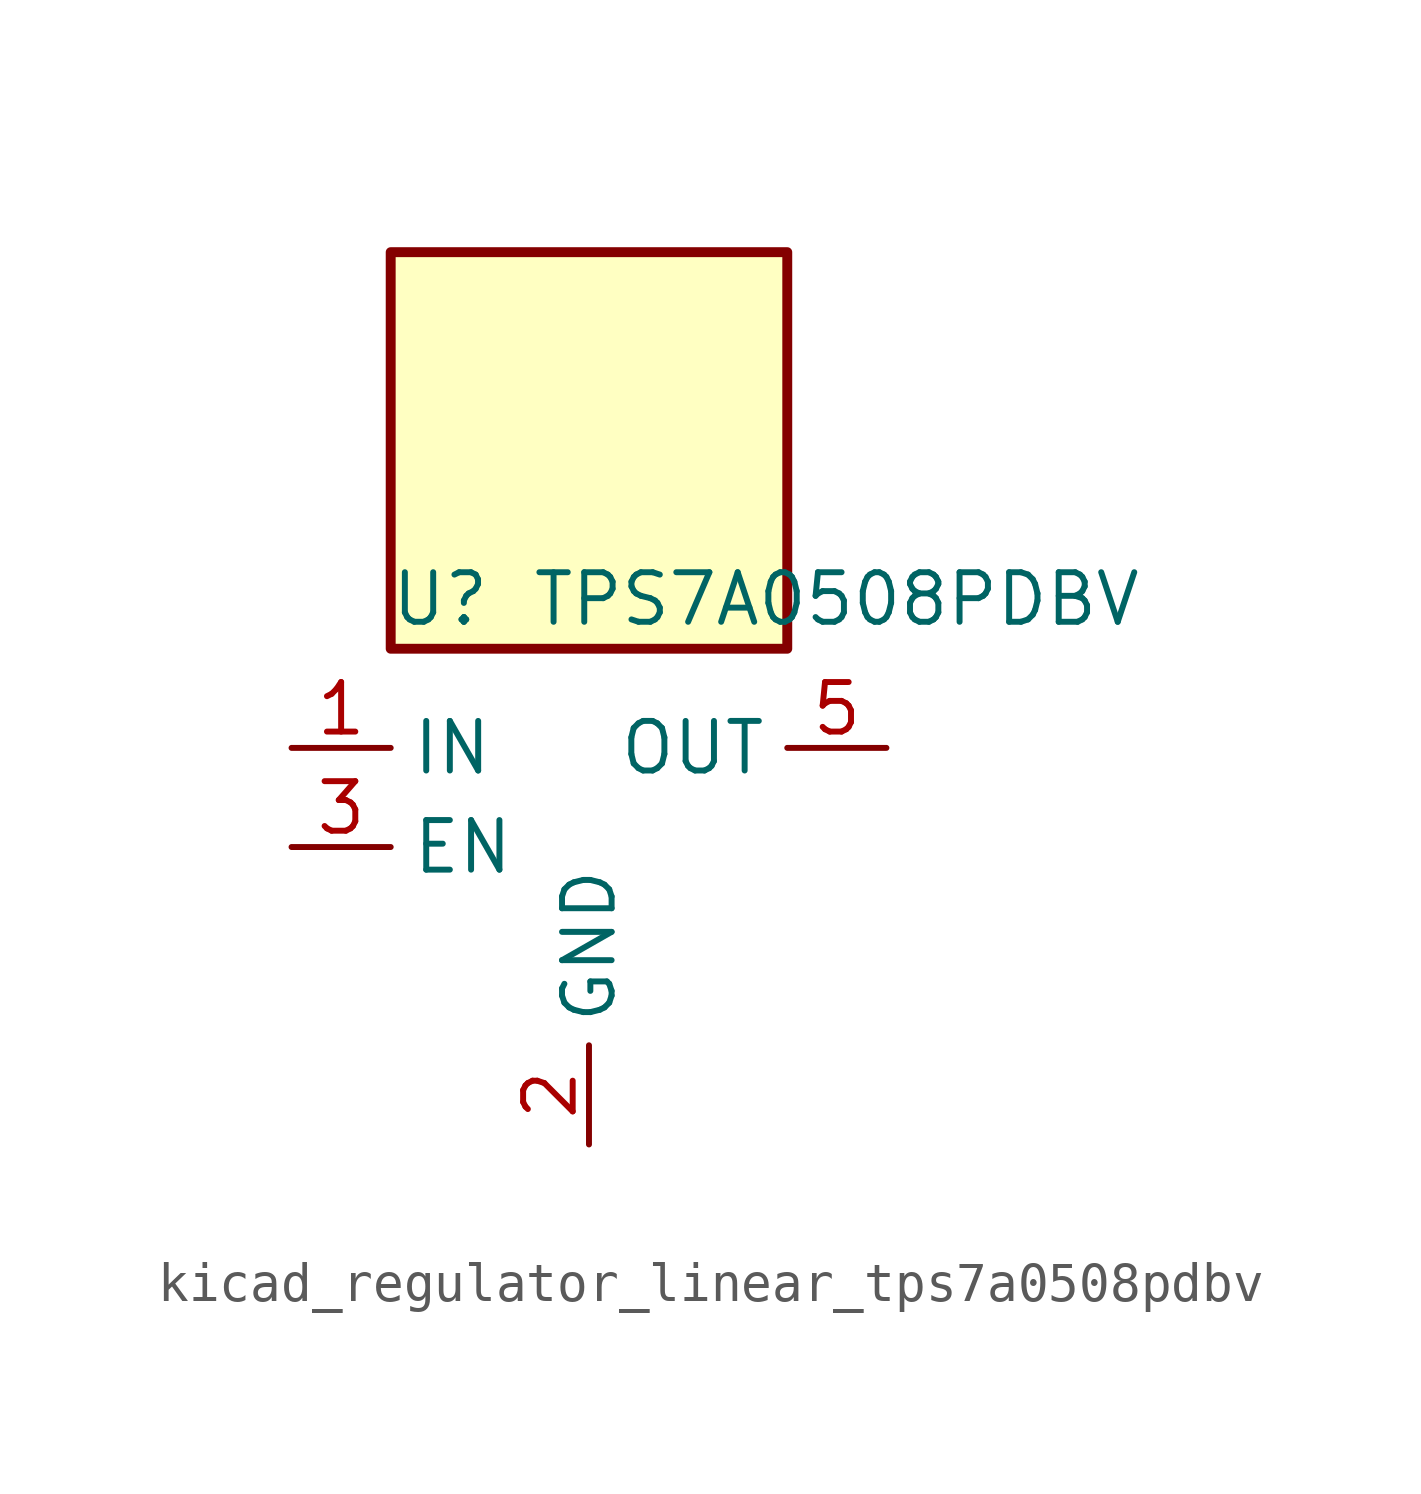
<source format=kicad_sym>
(kicad_symbol_lib
  (version 20220914)
  (generator kicad_symbol_editor)
  (symbol "kicad_regulator_linear_tps7a0508pdbv"
    (property "Reference" "U"
      (at -3.81 6.35 0)
      (effects (font (size 1.27 1.27))))
    (property "Value" "TPS7A0508PDBV"
      (at 6.35 6.35 0)
      (effects (font (size 1.27 1.27))))
    (symbol "kicad_regulator_linear_tps7a0508pdbv_0_1"
      (rectangle (start 5.08 15.24) (end -5.08 5.08) (stroke (width 0.254) (type default)) (fill (type background)))
      (pin power_in line (at -7.62 2.54 0) (length 2.54) (name "IN" (effects (font (size 1.27 1.27)))) (number "1" (effects (font (size 1.27 1.27)))))
      (pin power_in line (at 0 -7.62 90) (length 2.54) (name "GND" (effects (font (size 1.27 1.27)))) (number "2" (effects (font (size 1.27 1.27)))))
      (pin input line (at -7.62 0 0) (length 2.54) (name "EN" (effects (font (size 1.27 1.27)))) (number "3" (effects (font (size 1.27 1.27)))))
      (pin no_connect line (at 5.08 0 180) (length 2.54) hide (name "NC" (effects (font (size 1.27 1.27)))) (number "4" (effects (font (size 1.27 1.27)))))
      (pin power_out line (at 7.62 2.54 180) (length 2.54) (name "OUT" (effects (font (size 1.27 1.27)))) (number "5" (effects (font (size 1.27 1.27))))))))
</source>
